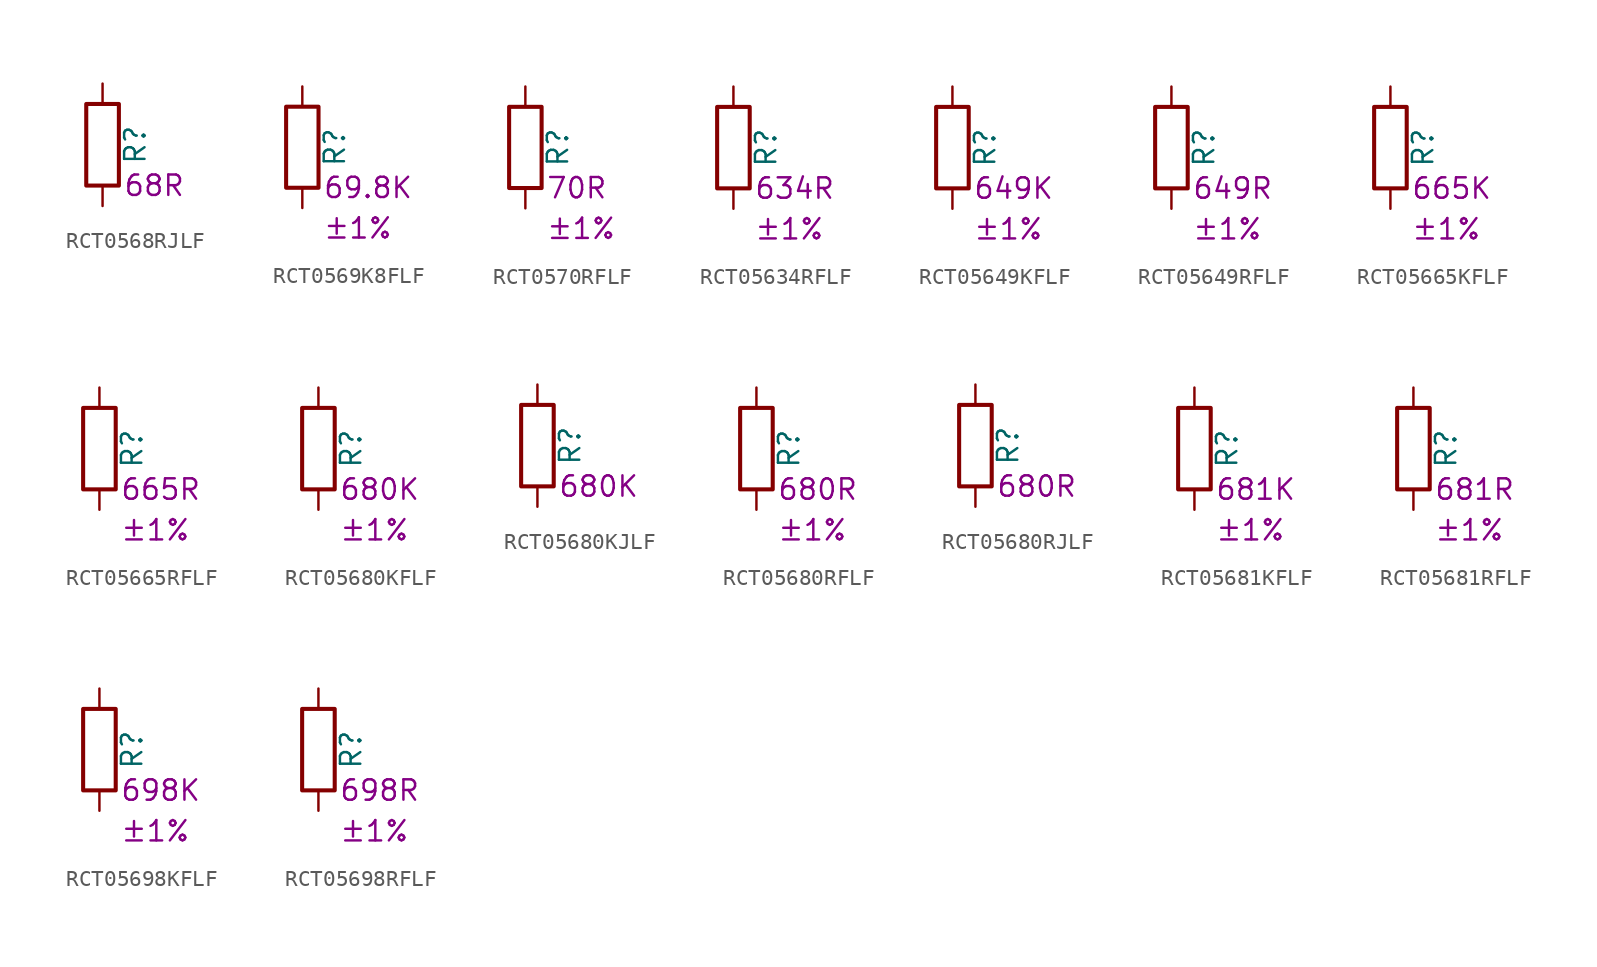
<source format=kicad_sym>
(kicad_symbol_lib
  (version 20220914)
  (generator kicad_symbol_editor)
  (symbol "RCT0568RJLF"
    (pin_numbers hide)
    (pin_names
      (offset 0))
    (property "Reference" "R"
      (at 2.032 0 90)
      (effects (font (size 1.27 1.27))))
    (property "Resistance" "68R"
      (at 1.27 -2.54 0)
      (effects (font (size 1.27 1.27)) (justify left)))
    (symbol "RCT0568RJLF_0_1"
      (rectangle (start -1.016 -2.54) (end 1.016 2.54) (stroke (width 0.254) (type default)) (fill (type none))))
    (symbol "RCT0568RJLF_1_1"
      (pin passive line (at 0 3.81 270) (length 1.27) (name "~" (effects (font (size 1.27 1.27)))) (number "1" (effects (font (size 1.27 1.27)))))
      (pin passive line (at 0 -3.81 90) (length 1.27) (name "~" (effects (font (size 1.27 1.27)))) (number "2" (effects (font (size 1.27 1.27)))))))
  (symbol "RCT0569K8FLF"
    (pin_numbers hide)
    (pin_names
      (offset 0))
    (property "Reference" "R"
      (at 2.032 0 90)
      (effects (font (size 1.27 1.27))))
    (property "Resistance" "69.8K"
      (at 1.27 -2.54 0)
      (effects (font (size 1.27 1.27)) (justify left)))
    (property "Tolerance" "±1%"
      (at 1.27 -5.08 0)
      (effects (font (size 1.27 1.27)) (justify left)))
    (symbol "RCT0569K8FLF_0_1"
      (rectangle (start -1.016 -2.54) (end 1.016 2.54) (stroke (width 0.254) (type default)) (fill (type none))))
    (symbol "RCT0569K8FLF_1_1"
      (pin passive line (at 0 3.81 270) (length 1.27) (name "~" (effects (font (size 1.27 1.27)))) (number "1" (effects (font (size 1.27 1.27)))))
      (pin passive line (at 0 -3.81 90) (length 1.27) (name "~" (effects (font (size 1.27 1.27)))) (number "2" (effects (font (size 1.27 1.27)))))))
  (symbol "RCT0570RFLF"
    (pin_numbers hide)
    (pin_names
      (offset 0))
    (property "Reference" "R"
      (at 2.032 0 90)
      (effects (font (size 1.27 1.27))))
    (property "Resistance" "70R"
      (at 1.27 -2.54 0)
      (effects (font (size 1.27 1.27)) (justify left)))
    (property "Tolerance" "±1%"
      (at 1.27 -5.08 0)
      (effects (font (size 1.27 1.27)) (justify left)))
    (symbol "RCT0570RFLF_0_1"
      (rectangle (start -1.016 -2.54) (end 1.016 2.54) (stroke (width 0.254) (type default)) (fill (type none))))
    (symbol "RCT0570RFLF_1_1"
      (pin passive line (at 0 3.81 270) (length 1.27) (name "~" (effects (font (size 1.27 1.27)))) (number "1" (effects (font (size 1.27 1.27)))))
      (pin passive line (at 0 -3.81 90) (length 1.27) (name "~" (effects (font (size 1.27 1.27)))) (number "2" (effects (font (size 1.27 1.27)))))))
  (symbol "RCT05634RFLF"
    (pin_numbers hide)
    (pin_names
      (offset 0))
    (property "Reference" "R"
      (at 2.032 0 90)
      (effects (font (size 1.27 1.27))))
    (property "Resistance" "634R"
      (at 1.27 -2.54 0)
      (effects (font (size 1.27 1.27)) (justify left)))
    (property "Tolerance" "±1%"
      (at 1.27 -5.08 0)
      (effects (font (size 1.27 1.27)) (justify left)))
    (symbol "RCT05634RFLF_0_1"
      (rectangle (start -1.016 -2.54) (end 1.016 2.54) (stroke (width 0.254) (type default)) (fill (type none))))
    (symbol "RCT05634RFLF_1_1"
      (pin passive line (at 0 3.81 270) (length 1.27) (name "~" (effects (font (size 1.27 1.27)))) (number "1" (effects (font (size 1.27 1.27)))))
      (pin passive line (at 0 -3.81 90) (length 1.27) (name "~" (effects (font (size 1.27 1.27)))) (number "2" (effects (font (size 1.27 1.27)))))))
  (symbol "RCT05649KFLF"
    (pin_numbers hide)
    (pin_names
      (offset 0))
    (property "Reference" "R"
      (at 2.032 0 90)
      (effects (font (size 1.27 1.27))))
    (property "Resistance" "649K"
      (at 1.27 -2.54 0)
      (effects (font (size 1.27 1.27)) (justify left)))
    (property "Tolerance" "±1%"
      (at 1.27 -5.08 0)
      (effects (font (size 1.27 1.27)) (justify left)))
    (symbol "RCT05649KFLF_0_1"
      (rectangle (start -1.016 -2.54) (end 1.016 2.54) (stroke (width 0.254) (type default)) (fill (type none))))
    (symbol "RCT05649KFLF_1_1"
      (pin passive line (at 0 3.81 270) (length 1.27) (name "~" (effects (font (size 1.27 1.27)))) (number "1" (effects (font (size 1.27 1.27)))))
      (pin passive line (at 0 -3.81 90) (length 1.27) (name "~" (effects (font (size 1.27 1.27)))) (number "2" (effects (font (size 1.27 1.27)))))))
  (symbol "RCT05649RFLF"
    (pin_numbers hide)
    (pin_names
      (offset 0))
    (property "Reference" "R"
      (at 2.032 0 90)
      (effects (font (size 1.27 1.27))))
    (property "Resistance" "649R"
      (at 1.27 -2.54 0)
      (effects (font (size 1.27 1.27)) (justify left)))
    (property "Tolerance" "±1%"
      (at 1.27 -5.08 0)
      (effects (font (size 1.27 1.27)) (justify left)))
    (symbol "RCT05649RFLF_0_1"
      (rectangle (start -1.016 -2.54) (end 1.016 2.54) (stroke (width 0.254) (type default)) (fill (type none))))
    (symbol "RCT05649RFLF_1_1"
      (pin passive line (at 0 3.81 270) (length 1.27) (name "~" (effects (font (size 1.27 1.27)))) (number "1" (effects (font (size 1.27 1.27)))))
      (pin passive line (at 0 -3.81 90) (length 1.27) (name "~" (effects (font (size 1.27 1.27)))) (number "2" (effects (font (size 1.27 1.27)))))))
  (symbol "RCT05665KFLF"
    (pin_numbers hide)
    (pin_names
      (offset 0))
    (property "Reference" "R"
      (at 2.032 0 90)
      (effects (font (size 1.27 1.27))))
    (property "Resistance" "665K"
      (at 1.27 -2.54 0)
      (effects (font (size 1.27 1.27)) (justify left)))
    (property "Tolerance" "±1%"
      (at 1.27 -5.08 0)
      (effects (font (size 1.27 1.27)) (justify left)))
    (symbol "RCT05665KFLF_0_1"
      (rectangle (start -1.016 -2.54) (end 1.016 2.54) (stroke (width 0.254) (type default)) (fill (type none))))
    (symbol "RCT05665KFLF_1_1"
      (pin passive line (at 0 3.81 270) (length 1.27) (name "~" (effects (font (size 1.27 1.27)))) (number "1" (effects (font (size 1.27 1.27)))))
      (pin passive line (at 0 -3.81 90) (length 1.27) (name "~" (effects (font (size 1.27 1.27)))) (number "2" (effects (font (size 1.27 1.27)))))))
  (symbol "RCT05665RFLF"
    (pin_numbers hide)
    (pin_names
      (offset 0))
    (property "Reference" "R"
      (at 2.032 0 90)
      (effects (font (size 1.27 1.27))))
    (property "Resistance" "665R"
      (at 1.27 -2.54 0)
      (effects (font (size 1.27 1.27)) (justify left)))
    (property "Tolerance" "±1%"
      (at 1.27 -5.08 0)
      (effects (font (size 1.27 1.27)) (justify left)))
    (symbol "RCT05665RFLF_0_1"
      (rectangle (start -1.016 -2.54) (end 1.016 2.54) (stroke (width 0.254) (type default)) (fill (type none))))
    (symbol "RCT05665RFLF_1_1"
      (pin passive line (at 0 3.81 270) (length 1.27) (name "~" (effects (font (size 1.27 1.27)))) (number "1" (effects (font (size 1.27 1.27)))))
      (pin passive line (at 0 -3.81 90) (length 1.27) (name "~" (effects (font (size 1.27 1.27)))) (number "2" (effects (font (size 1.27 1.27)))))))
  (symbol "RCT05680KFLF"
    (pin_numbers hide)
    (pin_names
      (offset 0))
    (property "Reference" "R"
      (at 2.032 0 90)
      (effects (font (size 1.27 1.27))))
    (property "Resistance" "680K"
      (at 1.27 -2.54 0)
      (effects (font (size 1.27 1.27)) (justify left)))
    (property "Tolerance" "±1%"
      (at 1.27 -5.08 0)
      (effects (font (size 1.27 1.27)) (justify left)))
    (symbol "RCT05680KFLF_0_1"
      (rectangle (start -1.016 -2.54) (end 1.016 2.54) (stroke (width 0.254) (type default)) (fill (type none))))
    (symbol "RCT05680KFLF_1_1"
      (pin passive line (at 0 3.81 270) (length 1.27) (name "~" (effects (font (size 1.27 1.27)))) (number "1" (effects (font (size 1.27 1.27)))))
      (pin passive line (at 0 -3.81 90) (length 1.27) (name "~" (effects (font (size 1.27 1.27)))) (number "2" (effects (font (size 1.27 1.27)))))))
  (symbol "RCT05680KJLF"
    (pin_numbers hide)
    (pin_names
      (offset 0))
    (property "Reference" "R"
      (at 2.032 0 90)
      (effects (font (size 1.27 1.27))))
    (property "Resistance" "680K"
      (at 1.27 -2.54 0)
      (effects (font (size 1.27 1.27)) (justify left)))
    (symbol "RCT05680KJLF_0_1"
      (rectangle (start -1.016 -2.54) (end 1.016 2.54) (stroke (width 0.254) (type default)) (fill (type none))))
    (symbol "RCT05680KJLF_1_1"
      (pin passive line (at 0 3.81 270) (length 1.27) (name "~" (effects (font (size 1.27 1.27)))) (number "1" (effects (font (size 1.27 1.27)))))
      (pin passive line (at 0 -3.81 90) (length 1.27) (name "~" (effects (font (size 1.27 1.27)))) (number "2" (effects (font (size 1.27 1.27)))))))
  (symbol "RCT05680RFLF"
    (pin_numbers hide)
    (pin_names
      (offset 0))
    (property "Reference" "R"
      (at 2.032 0 90)
      (effects (font (size 1.27 1.27))))
    (property "Resistance" "680R"
      (at 1.27 -2.54 0)
      (effects (font (size 1.27 1.27)) (justify left)))
    (property "Tolerance" "±1%"
      (at 1.27 -5.08 0)
      (effects (font (size 1.27 1.27)) (justify left)))
    (symbol "RCT05680RFLF_0_1"
      (rectangle (start -1.016 -2.54) (end 1.016 2.54) (stroke (width 0.254) (type default)) (fill (type none))))
    (symbol "RCT05680RFLF_1_1"
      (pin passive line (at 0 3.81 270) (length 1.27) (name "~" (effects (font (size 1.27 1.27)))) (number "1" (effects (font (size 1.27 1.27)))))
      (pin passive line (at 0 -3.81 90) (length 1.27) (name "~" (effects (font (size 1.27 1.27)))) (number "2" (effects (font (size 1.27 1.27)))))))
  (symbol "RCT05680RJLF"
    (pin_numbers hide)
    (pin_names
      (offset 0))
    (property "Reference" "R"
      (at 2.032 0 90)
      (effects (font (size 1.27 1.27))))
    (property "Resistance" "680R"
      (at 1.27 -2.54 0)
      (effects (font (size 1.27 1.27)) (justify left)))
    (symbol "RCT05680RJLF_0_1"
      (rectangle (start -1.016 -2.54) (end 1.016 2.54) (stroke (width 0.254) (type default)) (fill (type none))))
    (symbol "RCT05680RJLF_1_1"
      (pin passive line (at 0 3.81 270) (length 1.27) (name "~" (effects (font (size 1.27 1.27)))) (number "1" (effects (font (size 1.27 1.27)))))
      (pin passive line (at 0 -3.81 90) (length 1.27) (name "~" (effects (font (size 1.27 1.27)))) (number "2" (effects (font (size 1.27 1.27)))))))
  (symbol "RCT05681KFLF"
    (pin_numbers hide)
    (pin_names
      (offset 0))
    (property "Reference" "R"
      (at 2.032 0 90)
      (effects (font (size 1.27 1.27))))
    (property "Resistance" "681K"
      (at 1.27 -2.54 0)
      (effects (font (size 1.27 1.27)) (justify left)))
    (property "Tolerance" "±1%"
      (at 1.27 -5.08 0)
      (effects (font (size 1.27 1.27)) (justify left)))
    (symbol "RCT05681KFLF_0_1"
      (rectangle (start -1.016 -2.54) (end 1.016 2.54) (stroke (width 0.254) (type default)) (fill (type none))))
    (symbol "RCT05681KFLF_1_1"
      (pin passive line (at 0 3.81 270) (length 1.27) (name "~" (effects (font (size 1.27 1.27)))) (number "1" (effects (font (size 1.27 1.27)))))
      (pin passive line (at 0 -3.81 90) (length 1.27) (name "~" (effects (font (size 1.27 1.27)))) (number "2" (effects (font (size 1.27 1.27)))))))
  (symbol "RCT05681RFLF"
    (pin_numbers hide)
    (pin_names
      (offset 0))
    (property "Reference" "R"
      (at 2.032 0 90)
      (effects (font (size 1.27 1.27))))
    (property "Resistance" "681R"
      (at 1.27 -2.54 0)
      (effects (font (size 1.27 1.27)) (justify left)))
    (property "Tolerance" "±1%"
      (at 1.27 -5.08 0)
      (effects (font (size 1.27 1.27)) (justify left)))
    (symbol "RCT05681RFLF_0_1"
      (rectangle (start -1.016 -2.54) (end 1.016 2.54) (stroke (width 0.254) (type default)) (fill (type none))))
    (symbol "RCT05681RFLF_1_1"
      (pin passive line (at 0 3.81 270) (length 1.27) (name "~" (effects (font (size 1.27 1.27)))) (number "1" (effects (font (size 1.27 1.27)))))
      (pin passive line (at 0 -3.81 90) (length 1.27) (name "~" (effects (font (size 1.27 1.27)))) (number "2" (effects (font (size 1.27 1.27)))))))
  (symbol "RCT05698KFLF"
    (pin_numbers hide)
    (pin_names
      (offset 0))
    (property "Reference" "R"
      (at 2.032 0 90)
      (effects (font (size 1.27 1.27))))
    (property "Resistance" "698K"
      (at 1.27 -2.54 0)
      (effects (font (size 1.27 1.27)) (justify left)))
    (property "Tolerance" "±1%"
      (at 1.27 -5.08 0)
      (effects (font (size 1.27 1.27)) (justify left)))
    (symbol "RCT05698KFLF_0_1"
      (rectangle (start -1.016 -2.54) (end 1.016 2.54) (stroke (width 0.254) (type default)) (fill (type none))))
    (symbol "RCT05698KFLF_1_1"
      (pin passive line (at 0 3.81 270) (length 1.27) (name "~" (effects (font (size 1.27 1.27)))) (number "1" (effects (font (size 1.27 1.27)))))
      (pin passive line (at 0 -3.81 90) (length 1.27) (name "~" (effects (font (size 1.27 1.27)))) (number "2" (effects (font (size 1.27 1.27)))))))
  (symbol "RCT05698RFLF"
    (pin_numbers hide)
    (pin_names
      (offset 0))
    (property "Reference" "R"
      (at 2.032 0 90)
      (effects (font (size 1.27 1.27))))
    (property "Resistance" "698R"
      (at 1.27 -2.54 0)
      (effects (font (size 1.27 1.27)) (justify left)))
    (property "Tolerance" "±1%"
      (at 1.27 -5.08 0)
      (effects (font (size 1.27 1.27)) (justify left)))
    (symbol "RCT05698RFLF_0_1"
      (rectangle (start -1.016 -2.54) (end 1.016 2.54) (stroke (width 0.254) (type default)) (fill (type none))))
    (symbol "RCT05698RFLF_1_1"
      (pin passive line (at 0 3.81 270) (length 1.27) (name "~" (effects (font (size 1.27 1.27)))) (number "1" (effects (font (size 1.27 1.27)))))
      (pin passive line (at 0 -3.81 90) (length 1.27) (name "~" (effects (font (size 1.27 1.27)))) (number "2" (effects (font (size 1.27 1.27))))))))
</source>
